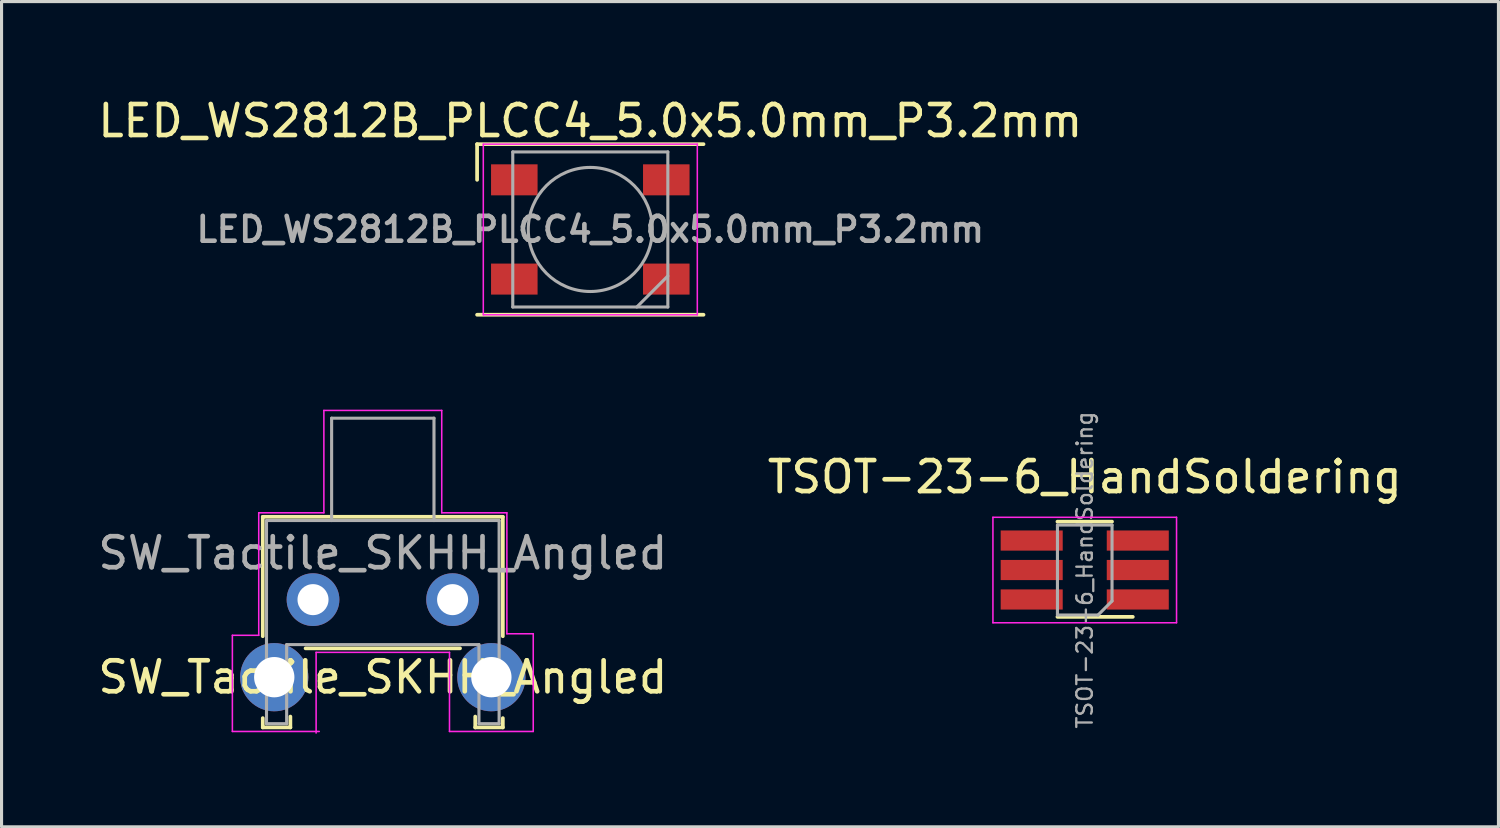
<source format=kicad_pcb>
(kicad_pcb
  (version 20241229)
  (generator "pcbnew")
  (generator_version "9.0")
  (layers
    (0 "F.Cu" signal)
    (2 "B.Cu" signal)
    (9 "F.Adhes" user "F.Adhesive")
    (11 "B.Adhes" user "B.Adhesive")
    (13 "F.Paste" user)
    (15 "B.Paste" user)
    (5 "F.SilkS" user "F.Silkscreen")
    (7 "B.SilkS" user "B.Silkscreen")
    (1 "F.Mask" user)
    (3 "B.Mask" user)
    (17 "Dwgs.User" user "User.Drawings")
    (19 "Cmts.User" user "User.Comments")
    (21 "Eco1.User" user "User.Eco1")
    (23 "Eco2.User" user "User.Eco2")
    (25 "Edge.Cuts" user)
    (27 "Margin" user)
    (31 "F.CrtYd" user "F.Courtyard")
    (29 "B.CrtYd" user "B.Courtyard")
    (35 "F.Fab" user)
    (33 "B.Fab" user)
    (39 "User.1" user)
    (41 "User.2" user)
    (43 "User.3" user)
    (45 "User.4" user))
  (footprint "SW_Tactile_SKHH_Angled"
    (layer "F.Cu")
    (at 7.042 16.283)
    (property "Reference" "SW_Tactile_SKHH_Angled" (at 2.25 2.5 0) (layer "F.SilkS") (effects (font (size 1 1) (thickness 0.15))))
    (attr through_hole)
    (fp_circle (center -1.25 2.5) (end -1.885 2.5) (stroke (width 0.1) (type solid)) (fill no) (layer "F.Mask"))
    (fp_circle (center 0 0) (end -0.445 0) (stroke (width 0.1) (type solid)) (fill no) (layer "F.Mask"))
    (fp_circle (center 4.5 0) (end 4.056 0) (stroke (width 0.1) (type solid)) (fill no) (layer "F.Mask"))
    (fp_circle (center 5.75 2.5) (end 5.115 2.5) (stroke (width 0.1) (type solid)) (fill no) (layer "F.Mask"))
    (fp_circle (center -1.25 2.5) (end -2.393 2.5) (stroke (width 0.1) (type solid)) (fill no) (layer "B.Mask"))
    (fp_circle (center 0 0) (end -0.889 0) (stroke (width 0.1) (type solid)) (fill no) (layer "B.Mask"))
    (fp_circle (center 4.5 0) (end 3.611 0) (stroke (width 0.1) (type solid)) (fill no) (layer "B.Mask"))
    (fp_circle (center 5.75 2.5) (end 4.607 2.5) (stroke (width 0.1) (type solid)) (fill no) (layer "B.Mask"))
    (fp_line (start -1.62 -2.67) (end -1.62 1.18) (stroke (width 0.12) (type solid)) (layer "F.SilkS"))
    (fp_line (start -1.62 3.82) (end -1.62 4.12) (stroke (width 0.12) (type solid)) (layer "F.SilkS"))
    (fp_line (start -0.73 4.12) (end -1.62 4.12) (stroke (width 0.12) (type solid)) (layer "F.SilkS"))
    (fp_line (start -0.73 4.12) (end -0.73 3.77) (stroke (width 0.12) (type solid)) (layer "F.SilkS"))
    (fp_line (start -0.24 1.57) (end 4.74 1.57) (stroke (width 0.12) (type solid)) (layer "F.SilkS"))
    (fp_line (start 5.23 4.12) (end 5.23 3.77) (stroke (width 0.12) (type solid)) (layer "F.SilkS"))
    (fp_line (start 6.12 -2.67) (end -1.62 -2.67) (stroke (width 0.12) (type solid)) (layer "F.SilkS"))
    (fp_line (start 6.12 1.18) (end 6.12 -2.67) (stroke (width 0.12) (type solid)) (layer "F.SilkS"))
    (fp_line (start 6.12 3.82) (end 6.12 4.12) (stroke (width 0.12) (type solid)) (layer "F.SilkS"))
    (fp_line (start 6.12 4.12) (end 5.23 4.12) (stroke (width 0.12) (type solid)) (layer "F.SilkS"))
    (fp_line (start -2.6 1.15) (end -1.75 1.15) (stroke (width 0.05) (type solid)) (layer "F.CrtYd"))
    (fp_line (start -2.6 4.25) (end -2.6 1.15) (stroke (width 0.05) (type solid)) (layer "F.CrtYd"))
    (fp_line (start -1.75 1.15) (end -1.75 -2.8) (stroke (width 0.05) (type solid)) (layer "F.CrtYd"))
    (fp_line (start 0.1 1.7) (end 4.4 1.7) (stroke (width 0.05) (type solid)) (layer "F.CrtYd"))
    (fp_line (start 0.1 4.3) (end 0.1 1.7) (stroke (width 0.05) (type solid)) (layer "F.CrtYd"))
    (fp_line (start 0.2 4.25) (end -2.6 4.25) (stroke (width 0.05) (type solid)) (layer "F.CrtYd"))
    (fp_line (start 0.35 -6.1) (end 0.35 -2.8) (stroke (width 0.05) (type solid)) (layer "F.CrtYd"))
    (fp_line (start 0.35 -2.8) (end -1.75 -2.8) (stroke (width 0.05) (type solid)) (layer "F.CrtYd"))
    (fp_line (start 4.15 -6.1) (end 0.35 -6.1) (stroke (width 0.05) (type solid)) (layer "F.CrtYd"))
    (fp_line (start 4.15 -2.8) (end 4.15 -6.1) (stroke (width 0.05) (type solid)) (layer "F.CrtYd"))
    (fp_line (start 4.4 1.7) (end 4.4 4.25) (stroke (width 0.05) (type solid)) (layer "F.CrtYd"))
    (fp_line (start 4.4 4.25) (end 7.1 4.25) (stroke (width 0.05) (type solid)) (layer "F.CrtYd"))
    (fp_line (start 6.25 -2.8) (end 4.15 -2.8) (stroke (width 0.05) (type solid)) (layer "F.CrtYd"))
    (fp_line (start 6.25 1.1) (end 6.25 -2.8) (stroke (width 0.05) (type solid)) (layer "F.CrtYd"))
    (fp_line (start 7.1 1.1) (end 6.25 1.1) (stroke (width 0.05) (type solid)) (layer "F.CrtYd"))
    (fp_line (start 7.1 4.25) (end 7.1 1.1) (stroke (width 0.05) (type solid)) (layer "F.CrtYd"))
    (fp_line (start -1.5 4) (end -1.5 -2.55) (stroke (width 0.1) (type solid)) (layer "F.Fab"))
    (fp_line (start -0.85 1.45) (end -0.85 4) (stroke (width 0.1) (type solid)) (layer "F.Fab"))
    (fp_line (start -0.85 4) (end -1.5 4) (stroke (width 0.1) (type solid)) (layer "F.Fab"))
    (fp_line (start 0.6 -5.85) (end 3.9 -5.85) (stroke (width 0.1) (type solid)) (layer "F.Fab"))
    (fp_line (start 0.6 -2.55) (end 0.6 -5.85) (stroke (width 0.1) (type solid)) (layer "F.Fab"))
    (fp_line (start 3.9 -2.55) (end 3.9 -5.85) (stroke (width 0.1) (type solid)) (layer "F.Fab"))
    (fp_line (start 5.35 1.45) (end -0.85 1.45) (stroke (width 0.1) (type solid)) (layer "F.Fab"))
    (fp_line (start 5.35 1.45) (end 5.35 4) (stroke (width 0.1) (type solid)) (layer "F.Fab"))
    (fp_line (start 6 -2.55) (end -1.5 -2.55) (stroke (width 0.1) (type solid)) (layer "F.Fab"))
    (fp_line (start 6 -2.55) (end 6 4) (stroke (width 0.1) (type solid)) (layer "F.Fab"))
    (fp_line (start 6 4) (end 5.35 4) (stroke (width 0.1) (type solid)) (layer "F.Fab"))
    (fp_text user "${REFERENCE}" (at 2.25 -1.5 0) (layer "F.Fab") (effects (font (size 1 1) (thickness 0.15))))
    (pad "" thru_hole circle (at -1.25 2.5 180) (size 2.2 2.2) (drill 1.3) (layers "*.Cu" "*.Mask"))
    (pad "" thru_hole circle (at 5.75 2.5 180) (size 2.2 2.2) (drill 1.3) (layers "*.Cu" "*.Mask"))
    (pad "1" thru_hole circle (at 0 0 180) (size 1.7 1.7) (drill 1) (layers "*.Cu" "*.Mask"))
    (pad "2" thru_hole circle (at 4.5 0 180) (size 1.7 1.7) (drill 1) (layers "*.Cu" "*.Mask")))
  (footprint "TSOT-23-6_HandSoldering"
    (layer "F.Cu")
    (at 31.923 15.328)
    (property "Reference" "TSOT-23-6_HandSoldering" (at 0 -3 0) (layer "F.SilkS") (effects (font (size 1 1) (thickness 0.15))))
    (attr smd)
    (fp_line (start -0.88 1.51) (end 1.55 1.51) (stroke (width 0.12) (type solid)) (layer "F.SilkS"))
    (fp_line (start 0.88 -1.56) (end -0.88 -1.56) (stroke (width 0.12) (type solid)) (layer "F.SilkS"))
    (fp_line (start -2.96 -1.7) (end -2.96 1.7) (stroke (width 0.05) (type solid)) (layer "F.CrtYd"))
    (fp_line (start -2.96 -1.7) (end 2.96 -1.7) (stroke (width 0.05) (type solid)) (layer "F.CrtYd"))
    (fp_line (start 2.96 1.7) (end -2.96 1.7) (stroke (width 0.05) (type solid)) (layer "F.CrtYd"))
    (fp_line (start 2.96 1.7) (end 2.96 -1.7) (stroke (width 0.05) (type solid)) (layer "F.CrtYd"))
    (fp_line (start -0.88 -1.45) (end 0.88 -1.45) (stroke (width 0.1) (type solid)) (layer "F.Fab"))
    (fp_line (start -0.88 1.45) (end -0.88 -1.45) (stroke (width 0.1) (type solid)) (layer "F.Fab"))
    (fp_line (start -0.88 1.45) (end 0.43 1.45) (stroke (width 0.1) (type solid)) (layer "F.Fab"))
    (fp_line (start 0.88 1) (end 0.43 1.45) (stroke (width 0.1) (type solid)) (layer "F.Fab"))
    (fp_line (start 0.88 1) (end 0.88 -1.45) (stroke (width 0.1) (type solid)) (layer "F.Fab"))
    (fp_text user "${REFERENCE}" (at 0 0 90) (layer "F.Fab") (effects (font (size 0.5 0.5) (thickness 0.075))))
    (pad "1" smd rect (at 1.71 0.95 180) (size 2 0.65) (layers "F.Cu" "F.Mask" "F.Paste"))
    (pad "2" smd rect (at 1.71 0 180) (size 2 0.65) (layers "F.Cu" "F.Mask" "F.Paste"))
    (pad "3" smd rect (at 1.71 -0.95 180) (size 2 0.65) (layers "F.Cu" "F.Mask" "F.Paste"))
    (pad "4" smd rect (at -1.71 -0.95 180) (size 2 0.65) (layers "F.Cu" "F.Mask" "F.Paste"))
    (pad "5" smd rect (at -1.71 0 180) (size 2 0.65) (layers "F.Cu" "F.Mask" "F.Paste"))
    (pad "6" smd rect (at -1.71 0.95 180) (size 2 0.65) (layers "F.Cu" "F.Mask" "F.Paste")))
  (footprint "LED_WS2812B_PLCC4_5.0x5.0mm_P3.2mm"
    (layer "F.Cu")
    (at 15.982 4.348)
    (property "Reference" "LED_WS2812B_PLCC4_5.0x5.0mm_P3.2mm" (at 0 -3.5 0) (layer "F.SilkS") (effects (font (size 1 1) (thickness 0.15))))
    (attr smd)
    (fp_line (start -3.65 -2.75) (end 3.65 -2.75) (stroke (width 0.12) (type solid)) (layer "F.SilkS"))
    (fp_line (start -3.65 -1.6) (end -3.65 -2.75) (stroke (width 0.12) (type solid)) (layer "F.SilkS"))
    (fp_line (start -3.65 2.75) (end 3.65 2.75) (stroke (width 0.12) (type solid)) (layer "F.SilkS"))
    (fp_line (start -3.45 -2.75) (end -3.45 2.75) (stroke (width 0.05) (type solid)) (layer "F.CrtYd"))
    (fp_line (start -3.45 2.75) (end 3.45 2.75) (stroke (width 0.05) (type solid)) (layer "F.CrtYd"))
    (fp_line (start 3.45 -2.75) (end -3.45 -2.75) (stroke (width 0.05) (type solid)) (layer "F.CrtYd"))
    (fp_line (start 3.45 2.75) (end 3.45 -2.75) (stroke (width 0.05) (type solid)) (layer "F.CrtYd"))
    (fp_line (start -2.5 -2.5) (end -2.5 2.5) (stroke (width 0.1) (type solid)) (layer "F.Fab"))
    (fp_line (start -2.5 2.5) (end 2.5 2.5) (stroke (width 0.1) (type solid)) (layer "F.Fab"))
    (fp_line (start 2.5 -2.5) (end -2.5 -2.5) (stroke (width 0.1) (type solid)) (layer "F.Fab"))
    (fp_line (start 2.5 1.5) (end 1.5 2.5) (stroke (width 0.1) (type solid)) (layer "F.Fab"))
    (fp_line (start 2.5 2.5) (end 2.5 -2.5) (stroke (width 0.1) (type solid)) (layer "F.Fab"))
    (fp_circle (center 0 0) (end 0 -2) (stroke (width 0.1) (type solid)) (fill no) (layer "F.Fab"))
    (fp_text user "${REFERENCE}" (at 0 0 0) (layer "F.Fab") (effects (font (size 0.8 0.8) (thickness 0.15))))
    (pad "1" smd rect (at -2.45 -1.6) (size 1.5 1) (layers "F.Cu" "F.Mask" "F.Paste"))
    (pad "2" smd rect (at -2.45 1.6) (size 1.5 1) (layers "F.Cu" "F.Mask" "F.Paste"))
    (pad "3" smd rect (at 2.45 1.6) (size 1.5 1) (layers "F.Cu" "F.Mask" "F.Paste"))
    (pad "4" smd rect (at 2.45 -1.6) (size 1.5 1) (layers "F.Cu" "F.Mask" "F.Paste")))
  (gr_rect
    (start -3 -3)
    (end 45.262 23.608)
    (stroke (width 0.1) (type default))
    (fill no)
    (layer "Edge.Cuts")))
</source>
